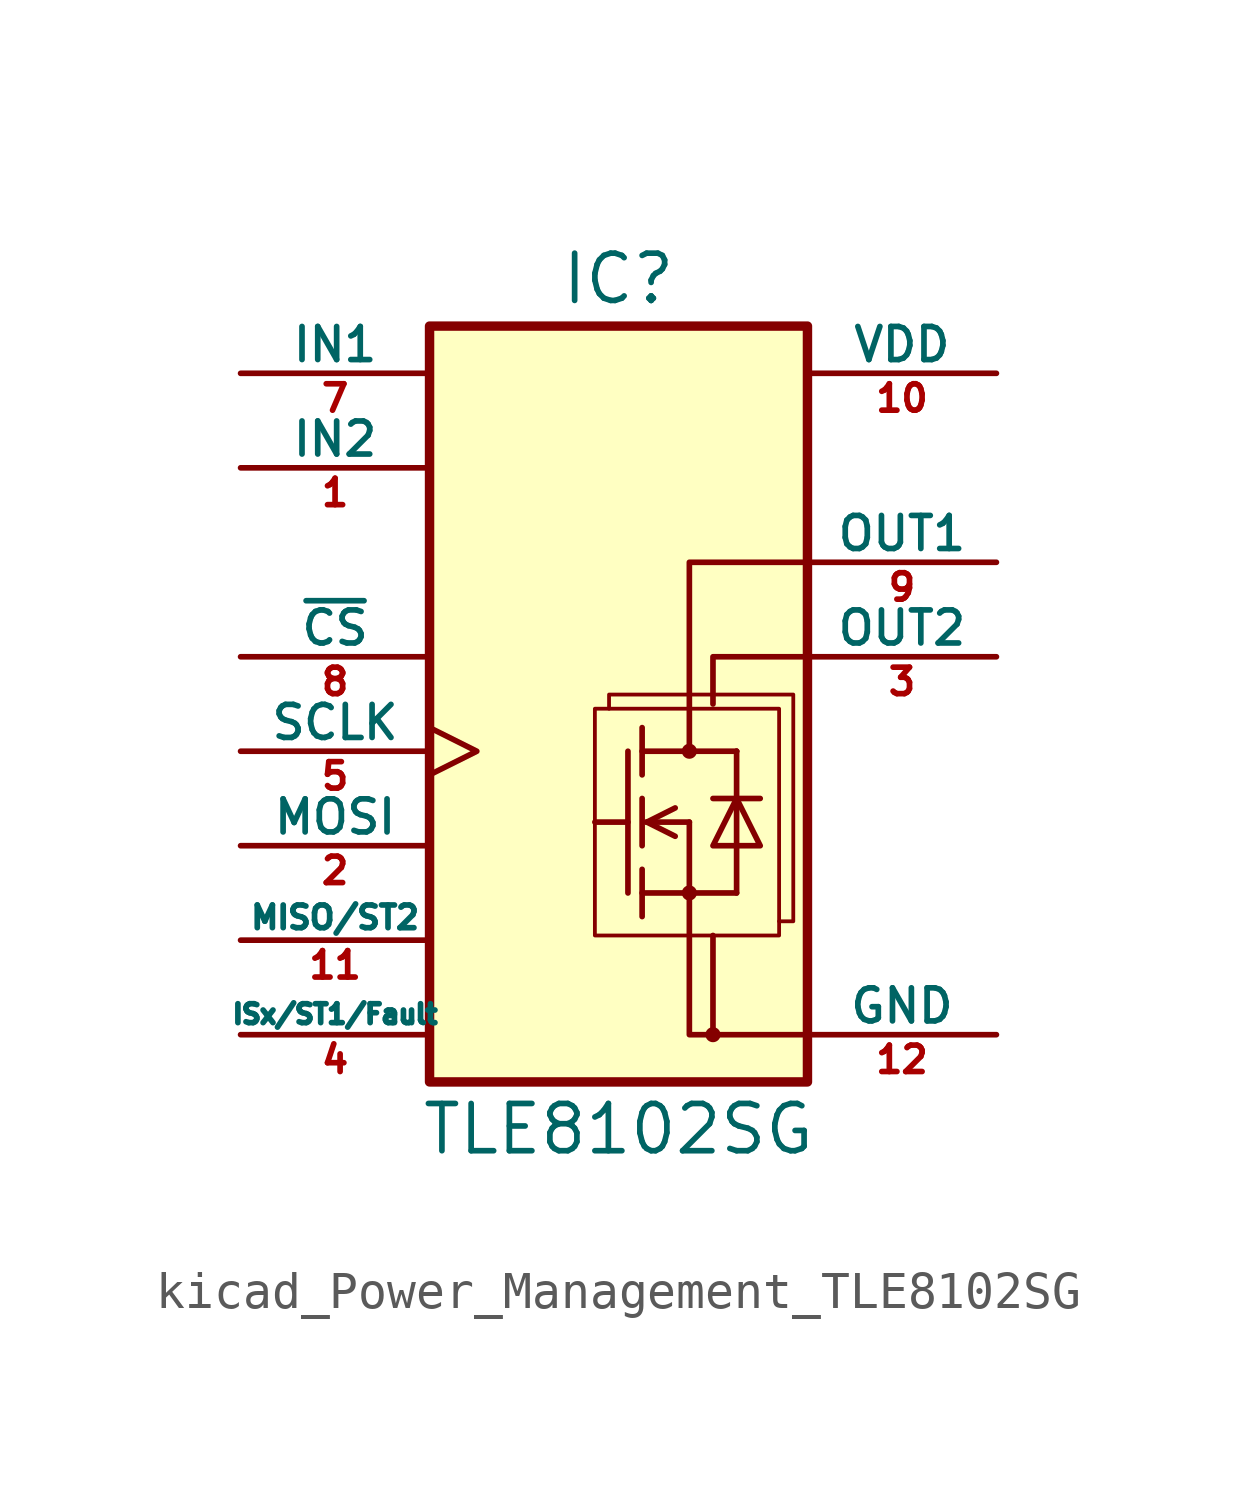
<source format=kicad_sym>
(kicad_symbol_lib
  (version 20220914)
  (generator kicad_symbol_editor)
  (symbol "kicad_Power_Management_TLE8102SG"
    (pin_names
      (offset 0))
    (property "Reference" "IC"
      (at 0 12.7 0)
      (effects (font (size 1.27 1.27))))
    (property "Value" "TLE8102SG"
      (at 0 -10.16 0)
      (effects (font (size 1.27 1.27))))
    (symbol "kicad_Power_Management_TLE8102SG_0_1"
      (rectangle (start -5.08 11.43) (end 5.08 -8.89) (stroke (width 0.254) (type default)) (fill (type background)))
      (rectangle (start -0.635 1.143) (end 4.318 -4.953) (stroke (width 0.102) (type default)) (fill (type background)))
      (polyline (pts (xy -0.635 -1.905) (xy 0.254 -1.905)) (stroke (width 0.152) (type default)) (fill (type none)))
      (polyline (pts (xy 0.254 0) (xy 0.254 -3.81)) (stroke (width 0.152) (type default)) (fill (type none)))
      (polyline (pts (xy 0.635 -3.81) (xy 3.175 -3.81)) (stroke (width 0.152) (type default)) (fill (type none)))
      (polyline (pts (xy 0.635 -3.175) (xy 0.635 -4.445)) (stroke (width 0.152) (type default)) (fill (type none)))
      (polyline (pts (xy 0.635 -1.27) (xy 0.635 -2.54)) (stroke (width 0.152) (type default)) (fill (type none)))
      (polyline (pts (xy 0.635 0.635) (xy 0.635 -0.635)) (stroke (width 0.152) (type default)) (fill (type none)))
      (polyline (pts (xy 0.762 -1.905) (xy 1.524 -2.286)) (stroke (width 0.152) (type default)) (fill (type none)))
      (polyline (pts (xy 0.762 -1.905) (xy 1.524 -1.524)) (stroke (width 0.152) (type default)) (fill (type none)))
      (polyline (pts (xy 0.762 -1.905) (xy 1.905 -1.905)) (stroke (width 0) (type default)) (fill (type none)))
      (polyline (pts (xy 2.54 -4.953) (xy 2.54 -7.62)) (stroke (width 0.152) (type default)) (fill (type none)))
      (polyline (pts (xy 2.54 -1.27) (xy 3.81 -1.27)) (stroke (width 0.152) (type default)) (fill (type none)))
      (polyline (pts (xy 3.175 0) (xy 0.635 0)) (stroke (width 0.152) (type default)) (fill (type none)))
      (polyline (pts (xy 3.175 0) (xy 3.175 -3.81)) (stroke (width 0.152) (type default)) (fill (type none)))
      (polyline (pts (xy 3.175 0) (xy 3.175 0)) (stroke (width 0) (type default)) (fill (type none)))
      (polyline (pts (xy 5.08 -7.62) (xy 2.54 -7.62)) (stroke (width 0.152) (type default)) (fill (type none)))
      (polyline (pts (xy 1.905 -1.905) (xy 1.905 -2.54) (xy 1.905 -3.81)) (stroke (width 0.152) (type default)) (fill (type none)))
      (polyline (pts (xy 1.905 0) (xy 1.905 5.08) (xy 5.08 5.08)) (stroke (width 0.152) (type default)) (fill (type none)))
      (polyline (pts (xy 2.54 -7.62) (xy 1.905 -7.62) (xy 1.905 -3.81)) (stroke (width 0.152) (type default)) (fill (type none)))
      (polyline (pts (xy 5.08 2.54) (xy 2.54 2.54) (xy 2.54 1.27)) (stroke (width 0.152) (type default)) (fill (type none)))
      (polyline (pts (xy 3.175 -1.27) (xy 2.54 -2.54) (xy 3.81 -2.54) (xy 3.175 -1.27)) (stroke (width 0.152) (type default)) (fill (type none)))
      (polyline (pts (xy -0.254 1.143) (xy -0.254 1.524) (xy 4.699 1.524) (xy 4.699 -4.572) (xy 4.318 -4.572)) (stroke (width 0.102) (type default)) (fill (type background)))
      (circle (center 1.905 -3.81) (radius 0.127) (stroke (width 0.152) (type default)) (fill (type none)))
      (circle (center 1.905 0) (radius 0.127) (stroke (width 0.152) (type default)) (fill (type none)))
      (circle (center 2.54 -7.62) (radius 0.127) (stroke (width 0.152) (type default)) (fill (type none))))
    (symbol "kicad_Power_Management_TLE8102SG_1_1"
      (pin input line (at -10.16 7.62 0) (length 5.08) (name "IN2" (effects (font (size 0.889 0.889)))) (number "1" (effects (font (size 0.711 0.711)))))
      (pin power_in line (at 10.16 10.16 180) (length 5.08) (name "VDD" (effects (font (size 0.889 0.889)))) (number "10" (effects (font (size 0.711 0.711)))))
      (pin passive line (at -10.16 -5.08 0) (length 5.08) (name "MISO/ST2" (effects (font (size 0.61 0.61)))) (number "11" (effects (font (size 0.711 0.711)))))
      (pin power_in line (at 10.16 -7.62 180) (length 5.08) (name "GND" (effects (font (size 0.889 0.889)))) (number "12" (effects (font (size 0.711 0.711)))))
      (pin passive line (at 10.16 -7.62 180) (length 5.08) hide (name "GND" (effects (font (size 0.889 0.889)))) (number "13" (effects (font (size 0.711 0.711)))))
      (pin input line (at -10.16 -2.54 0) (length 5.08) (name "MOSI" (effects (font (size 0.889 0.889)))) (number "2" (effects (font (size 0.711 0.711)))))
      (pin open_collector line (at 10.16 2.54 180) (length 5.08) (name "OUT2" (effects (font (size 0.889 0.889)))) (number "3" (effects (font (size 0.711 0.711)))))
      (pin passive line (at -10.16 -7.62 0) (length 5.08) (name "ISx/ST1/Fault" (effects (font (size 0.508 0.508)))) (number "4" (effects (font (size 0.711 0.711)))))
      (pin input clock (at -10.16 0 0) (length 5.08) (name "SCLK" (effects (font (size 0.889 0.889)))) (number "5" (effects (font (size 0.711 0.711)))))
      (pin passive line (at 10.16 -7.62 180) (length 5.08) hide (name "GND" (effects (font (size 0.889 0.889)))) (number "6" (effects (font (size 0.711 0.711)))))
      (pin input line (at -10.16 10.16 0) (length 5.08) (name "IN1" (effects (font (size 0.889 0.889)))) (number "7" (effects (font (size 0.711 0.711)))))
      (pin input line (at -10.16 2.54 0) (length 5.08) (name "~{CS}" (effects (font (size 0.889 0.889)))) (number "8" (effects (font (size 0.711 0.711)))))
      (pin open_collector line (at 10.16 5.08 180) (length 5.08) (name "OUT1" (effects (font (size 0.889 0.889)))) (number "9" (effects (font (size 0.711 0.711))))))))
</source>
